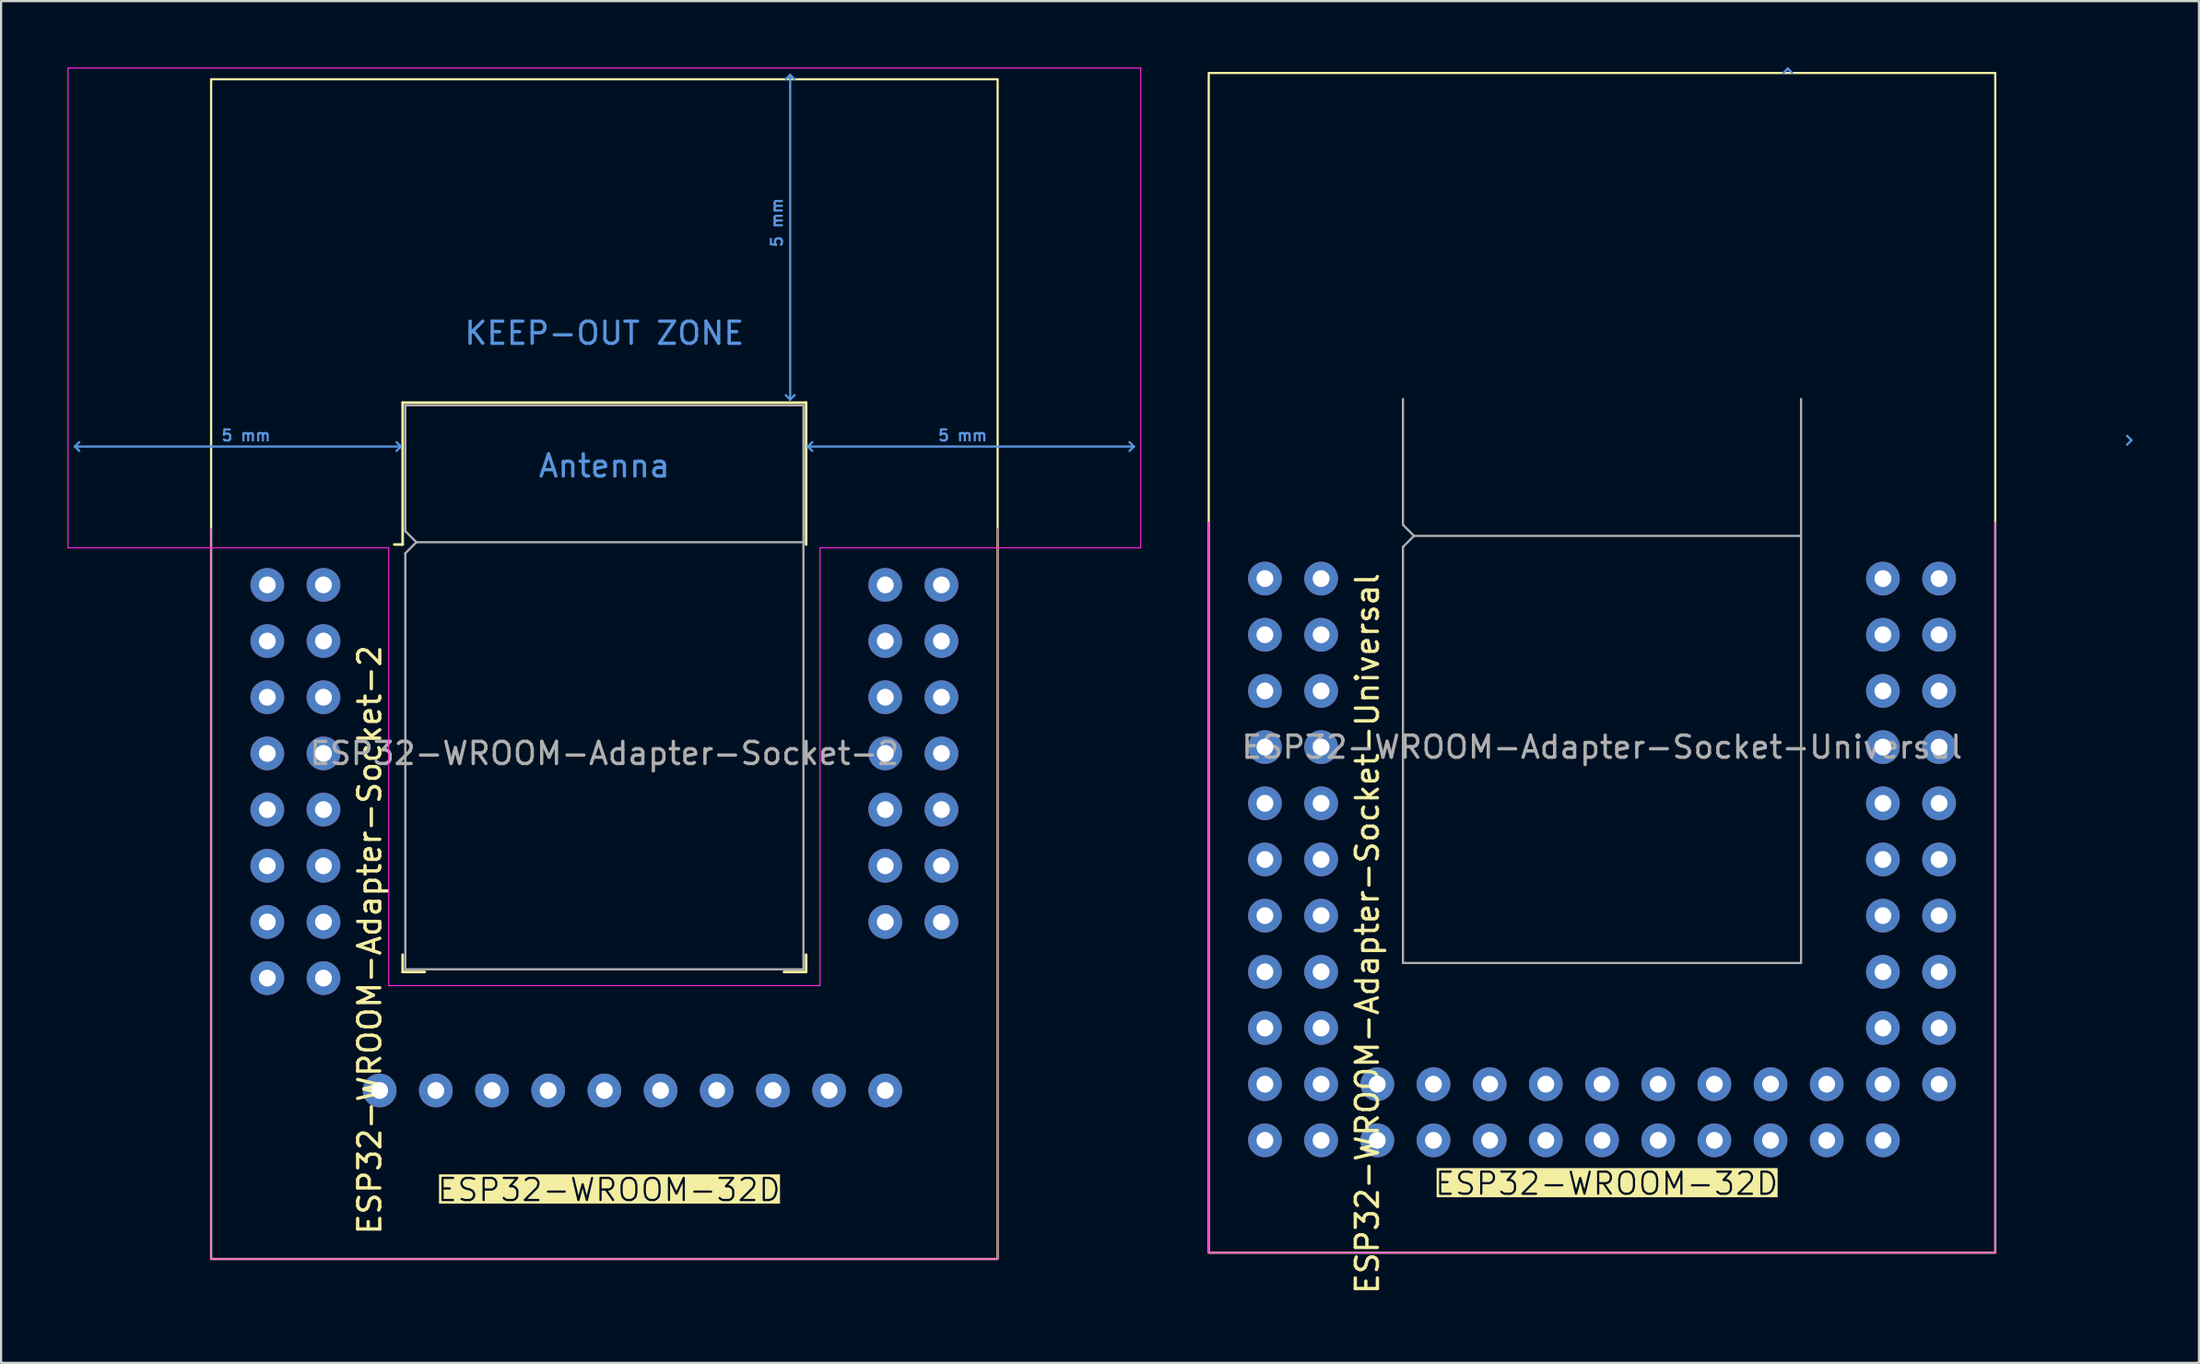
<source format=kicad_pcb>
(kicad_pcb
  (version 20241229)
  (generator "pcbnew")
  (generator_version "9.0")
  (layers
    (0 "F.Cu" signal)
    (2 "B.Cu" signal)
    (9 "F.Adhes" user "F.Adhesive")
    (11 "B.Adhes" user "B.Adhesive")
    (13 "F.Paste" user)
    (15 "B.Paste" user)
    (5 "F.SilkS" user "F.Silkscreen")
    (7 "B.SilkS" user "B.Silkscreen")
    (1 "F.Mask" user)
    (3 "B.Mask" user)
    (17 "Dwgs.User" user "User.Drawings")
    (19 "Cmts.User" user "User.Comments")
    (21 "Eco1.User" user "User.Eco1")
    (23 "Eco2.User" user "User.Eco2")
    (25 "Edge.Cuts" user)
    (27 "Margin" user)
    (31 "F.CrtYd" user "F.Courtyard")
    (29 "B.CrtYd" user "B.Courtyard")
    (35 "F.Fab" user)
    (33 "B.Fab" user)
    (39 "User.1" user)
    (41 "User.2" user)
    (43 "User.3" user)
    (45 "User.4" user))
  (footprint "ESP32-WROOM-Adapter-Socket-Universal"
    (layer "F.Cu")
    (at 69.38 30.73)
    (property "Reference" "ESP32-WROOM-Adapter-Socket-Universal" (at -10.61 8.43 90) (layer "F.SilkS") (effects (font (size 1 1) (thickness 0.15))))
    (attr through_hole)
    (fp_rect (start -17.78 22.86) (end 17.78 -30.48) (stroke (width 0.1) (type default)) (fill no) (layer "F.SilkS"))
    (fp_line (start 8.4 -30.68) (end 8.2 -30.48) (stroke (width 0.1) (type solid)) (layer "Cmts.User"))
    (fp_line (start 8.4 -30.68) (end 8.6 -30.48) (stroke (width 0.1) (type solid)) (layer "Cmts.User"))
    (fp_line (start 23.94 -13.875) (end 23.74 -14.075) (stroke (width 0.1) (type solid)) (layer "Cmts.User"))
    (fp_line (start 23.94 -13.875) (end 23.74 -13.675) (stroke (width 0.1) (type solid)) (layer "Cmts.User"))
    (fp_line (start -17.78 -10.16) (end -17.78 22.86) (stroke (width 0.05) (type solid)) (layer "F.CrtYd"))
    (fp_line (start -17.78 22.86) (end 17.78 22.86) (stroke (width 0.05) (type solid)) (layer "F.CrtYd"))
    (fp_line (start 17.78 22.86) (end 17.78 -10.16) (stroke (width 0.05) (type solid)) (layer "F.CrtYd"))
    (fp_line (start -9 -15.74) (end -9 -10.05) (stroke (width 0.1) (type solid)) (layer "F.Fab"))
    (fp_line (start -9 -9.05) (end -9 9.76) (stroke (width 0.1) (type solid)) (layer "F.Fab"))
    (fp_line (start -9 -9.05) (end -8.5 -9.55) (stroke (width 0.1) (type solid)) (layer "F.Fab"))
    (fp_line (start -9 9.76) (end 9 9.76) (stroke (width 0.1) (type solid)) (layer "F.Fab"))
    (fp_line (start -8.5 -9.55) (end -9 -10.05) (stroke (width 0.1) (type solid)) (layer "F.Fab"))
    (fp_line (start -8.5 -9.55) (end 9 -9.55) (stroke (width 0.1) (type solid)) (layer "F.Fab"))
    (fp_line (start 9 9.76) (end 9 -15.74) (stroke (width 0.1) (type solid)) (layer "F.Fab"))
    (fp_text user "ESP32-WROOM-32D" (at -7.62 20.32 0) (unlocked yes) (layer "F.SilkS" knockout) (effects (font (size 1 1) (thickness 0.1)) (justify left bottom)))
    (fp_text user "${REFERENCE}" (at 0 0 0) (layer "F.Fab") (effects (font (size 1 1) (thickness 0.15))))
    (pad "" thru_hole circle (at -15.24 10.16) (size 1.524 1.524) (drill 0.762) (layers "*.Cu" "*.Mask"))
    (pad "" thru_hole circle (at -15.24 12.7 90) (size 1.524 1.524) (drill 0.762) (layers "*.Cu" "*.Mask"))
    (pad "" thru_hole circle (at -15.24 15.24 90) (size 1.524 1.524) (drill 0.762) (layers "*.Cu" "*.Mask"))
    (pad "" thru_hole circle (at -15.24 17.78 90) (size 1.524 1.524) (drill 0.762) (layers "*.Cu" "*.Mask"))
    (pad "" thru_hole circle (at -12.7 10.16) (size 1.524 1.524) (drill 0.762) (layers "*.Cu" "*.Mask"))
    (pad "" thru_hole circle (at -12.7 12.7 90) (size 1.524 1.524) (drill 0.762) (layers "*.Cu" "*.Mask"))
    (pad "" thru_hole circle (at -12.7 15.24 90) (size 1.524 1.524) (drill 0.762) (layers "*.Cu" "*.Mask"))
    (pad "" thru_hole circle (at -12.7 17.78 90) (size 1.524 1.524) (drill 0.762) (layers "*.Cu" "*.Mask"))
    (pad "" thru_hole circle (at -10.16 15.24 90) (size 1.524 1.524) (drill 0.762) (layers "*.Cu" "*.Mask"))
    (pad "" thru_hole circle (at -7.62 15.24 90) (size 1.524 1.524) (drill 0.762) (layers "*.Cu" "*.Mask"))
    (pad "" thru_hole circle (at -5.08 15.24 90) (size 1.524 1.524) (drill 0.762) (layers "*.Cu" "*.Mask"))
    (pad "" thru_hole circle (at -2.54 15.24 90) (size 1.524 1.524) (drill 0.762) (layers "*.Cu" "*.Mask"))
    (pad "" thru_hole circle (at 0 15.24 90) (size 1.524 1.524) (drill 0.762) (layers "*.Cu" "*.Mask"))
    (pad "" thru_hole circle (at 2.54 15.24 90) (size 1.524 1.524) (drill 0.762) (layers "*.Cu" "*.Mask"))
    (pad "" thru_hole circle (at 5.08 15.24 90) (size 1.524 1.524) (drill 0.762) (layers "*.Cu" "*.Mask"))
    (pad "" thru_hole circle (at 7.62 15.24 90) (size 1.524 1.524) (drill 0.762) (layers "*.Cu" "*.Mask"))
    (pad "" thru_hole circle (at 10.16 15.24 90) (size 1.524 1.524) (drill 0.762) (layers "*.Cu" "*.Mask"))
    (pad "" thru_hole circle (at 12.7 10.16) (size 1.524 1.524) (drill 0.762) (layers "*.Cu" "*.Mask"))
    (pad "" thru_hole circle (at 12.7 12.7 90) (size 1.524 1.524) (drill 0.762) (layers "*.Cu" "*.Mask"))
    (pad "" thru_hole circle (at 12.7 15.24 90) (size 1.524 1.524) (drill 0.762) (layers "*.Cu" "*.Mask"))
    (pad "" thru_hole circle (at 12.7 17.78 90) (size 1.524 1.524) (drill 0.762) (layers "*.Cu" "*.Mask"))
    (pad "" thru_hole circle (at 15.24 10.16) (size 1.524 1.524) (drill 0.762) (layers "*.Cu" "*.Mask"))
    (pad "" thru_hole circle (at 15.24 12.7 90) (size 1.524 1.524) (drill 0.762) (layers "*.Cu" "*.Mask"))
    (pad "" thru_hole circle (at 15.24 15.24 90) (size 1.524 1.524) (drill 0.762) (layers "*.Cu" "*.Mask"))
    (pad "1" thru_hole circle (at -15.24 -7.62) (size 1.524 1.524) (drill 0.762) (layers "*.Cu" "*.Mask"))
    (pad "2" thru_hole circle (at -12.7 -7.62) (size 1.524 1.524) (drill 0.762) (layers "*.Cu" "*.Mask"))
    (pad "3" thru_hole circle (at -15.24 -5.08) (size 1.524 1.524) (drill 0.762) (layers "*.Cu" "*.Mask"))
    (pad "4" thru_hole circle (at -12.7 -5.08) (size 1.524 1.524) (drill 0.762) (layers "*.Cu" "*.Mask"))
    (pad "5" thru_hole circle (at -15.24 -2.54) (size 1.524 1.524) (drill 0.762) (layers "*.Cu" "*.Mask"))
    (pad "6" thru_hole circle (at -12.7 -2.54) (size 1.524 1.524) (drill 0.762) (layers "*.Cu" "*.Mask"))
    (pad "7" thru_hole circle (at -15.24 0) (size 1.524 1.524) (drill 0.762) (layers "*.Cu" "*.Mask"))
    (pad "8" thru_hole circle (at -12.7 0) (size 1.524 1.524) (drill 0.762) (layers "*.Cu" "*.Mask"))
    (pad "9" thru_hole circle (at -15.24 2.54) (size 1.524 1.524) (drill 0.762) (layers "*.Cu" "*.Mask"))
    (pad "10" thru_hole circle (at -12.7 2.54) (size 1.524 1.524) (drill 0.762) (layers "*.Cu" "*.Mask"))
    (pad "11" thru_hole circle (at -15.24 5.08) (size 1.524 1.524) (drill 0.762) (layers "*.Cu" "*.Mask"))
    (pad "12" thru_hole circle (at -12.7 5.08) (size 1.524 1.524) (drill 0.762) (layers "*.Cu" "*.Mask"))
    (pad "13" thru_hole circle (at -15.24 7.62) (size 1.524 1.524) (drill 0.762) (layers "*.Cu" "*.Mask"))
    (pad "14" thru_hole circle (at -12.7 7.62) (size 1.524 1.524) (drill 0.762) (layers "*.Cu" "*.Mask"))
    (pad "25" thru_hole circle (at 15.24 7.62) (size 1.524 1.524) (drill 0.762) (layers "*.Cu" "*.Mask"))
    (pad "26" thru_hole circle (at 12.7 7.62) (size 1.524 1.524) (drill 0.762) (layers "*.Cu" "*.Mask"))
    (pad "27" thru_hole circle (at 15.24 5.08) (size 1.524 1.524) (drill 0.762) (layers "*.Cu" "*.Mask"))
    (pad "28" thru_hole circle (at 12.7 5.08) (size 1.524 1.524) (drill 0.762) (layers "*.Cu" "*.Mask"))
    (pad "29" thru_hole circle (at 15.24 2.54) (size 1.524 1.524) (drill 0.762) (layers "*.Cu" "*.Mask"))
    (pad "30" thru_hole circle (at 12.7 2.54) (size 1.524 1.524) (drill 0.762) (layers "*.Cu" "*.Mask"))
    (pad "31" thru_hole circle (at 15.24 0) (size 1.524 1.524) (drill 0.762) (layers "*.Cu" "*.Mask"))
    (pad "32" thru_hole circle (at 12.7 0) (size 1.524 1.524) (drill 0.762) (layers "*.Cu" "*.Mask"))
    (pad "33" thru_hole circle (at 15.24 -2.54) (size 1.524 1.524) (drill 0.762) (layers "*.Cu" "*.Mask"))
    (pad "34" thru_hole circle (at 12.7 -2.54) (size 1.524 1.524) (drill 0.762) (layers "*.Cu" "*.Mask"))
    (pad "35" thru_hole circle (at 15.24 -5.08) (size 1.524 1.524) (drill 0.762) (layers "*.Cu" "*.Mask"))
    (pad "36" thru_hole circle (at 12.7 -5.08) (size 1.524 1.524) (drill 0.762) (layers "*.Cu" "*.Mask"))
    (pad "37" thru_hole circle (at 15.24 -7.62) (size 1.524 1.524) (drill 0.762) (layers "*.Cu" "*.Mask"))
    (pad "38" thru_hole circle (at 12.7 -7.62) (size 1.524 1.524) (drill 0.762) (layers "*.Cu" "*.Mask"))
    (pad "41" thru_hole circle (at -10.16 17.78 90) (size 1.524 1.524) (drill 0.762) (layers "*.Cu" "*.Mask"))
    (pad "41" thru_hole circle (at -7.62 17.78 90) (size 1.524 1.524) (drill 0.762) (layers "*.Cu" "*.Mask"))
    (pad "41" thru_hole circle (at -5.08 17.78 90) (size 1.524 1.524) (drill 0.762) (layers "*.Cu" "*.Mask"))
    (pad "41" thru_hole circle (at -2.54 17.78 90) (size 1.524 1.524) (drill 0.762) (layers "*.Cu" "*.Mask"))
    (pad "41" thru_hole circle (at 0 17.78 90) (size 1.524 1.524) (drill 0.762) (layers "*.Cu" "*.Mask"))
    (pad "41" thru_hole circle (at 2.54 17.78 90) (size 1.524 1.524) (drill 0.762) (layers "*.Cu" "*.Mask"))
    (pad "41" thru_hole circle (at 5.08 17.78 90) (size 1.524 1.524) (drill 0.762) (layers "*.Cu" "*.Mask"))
    (pad "41" thru_hole circle (at 7.62 17.78 90) (size 1.524 1.524) (drill 0.762) (layers "*.Cu" "*.Mask"))
    (pad "41" thru_hole circle (at 10.16 17.78 90) (size 1.524 1.524) (drill 0.762) (layers "*.Cu" "*.Mask")))
  (footprint "ESP32-WROOM-Adapter-Socket-2"
    (layer "F.Cu")
    (at 24.275 31.015)
    (property "Reference" "ESP32-WROOM-Adapter-Socket-2" (at -10.61 8.43 90) (layer "F.SilkS") (effects (font (size 1 1) (thickness 0.15))))
    (attr through_hole)
    (fp_line (start -9.12 -15.86) (end -9.12 -9.445) (stroke (width 0.12) (type solid)) (layer "F.SilkS"))
    (fp_line (start -9.12 -15.86) (end 9.12 -15.86) (stroke (width 0.12) (type solid)) (layer "F.SilkS"))
    (fp_line (start -9.12 -9.445) (end -9.5 -9.445) (stroke (width 0.12) (type solid)) (layer "F.SilkS"))
    (fp_line (start -9.12 9.1) (end -9.12 9.88) (stroke (width 0.12) (type solid)) (layer "F.SilkS"))
    (fp_line (start -9.12 9.88) (end -8.12 9.88) (stroke (width 0.12) (type solid)) (layer "F.SilkS"))
    (fp_line (start 9.12 -15.86) (end 9.12 -9.445) (stroke (width 0.12) (type solid)) (layer "F.SilkS"))
    (fp_line (start 9.12 9.1) (end 9.12 9.88) (stroke (width 0.12) (type solid)) (layer "F.SilkS"))
    (fp_line (start 9.12 9.88) (end 8.12 9.88) (stroke (width 0.12) (type solid)) (layer "F.SilkS"))
    (fp_rect (start -17.78 22.86) (end 17.78 -30.48) (stroke (width 0.1) (type default)) (fill no) (layer "F.SilkS"))
    (fp_line (start -23.94 -13.875) (end -23.74 -14.075) (stroke (width 0.1) (type solid)) (layer "Cmts.User"))
    (fp_line (start -23.94 -13.875) (end -23.74 -13.675) (stroke (width 0.1) (type solid)) (layer "Cmts.User"))
    (fp_line (start -23.94 -13.875) (end -9.2 -13.875) (stroke (width 0.1) (type solid)) (layer "Cmts.User"))
    (fp_line (start -9.2 -13.875) (end -9.4 -14.075) (stroke (width 0.1) (type solid)) (layer "Cmts.User"))
    (fp_line (start -9.2 -13.875) (end -9.4 -13.675) (stroke (width 0.1) (type solid)) (layer "Cmts.User"))
    (fp_line (start 8.4 -30.68) (end 8.2 -30.48) (stroke (width 0.1) (type solid)) (layer "Cmts.User"))
    (fp_line (start 8.4 -30.68) (end 8.6 -30.48) (stroke (width 0.1) (type solid)) (layer "Cmts.User"))
    (fp_line (start 8.4 -16) (end 8.2 -16.2) (stroke (width 0.1) (type solid)) (layer "Cmts.User"))
    (fp_line (start 8.4 -16) (end 8.4 -30.68) (stroke (width 0.1) (type solid)) (layer "Cmts.User"))
    (fp_line (start 8.4 -16) (end 8.6 -16.2) (stroke (width 0.1) (type solid)) (layer "Cmts.User"))
    (fp_line (start 9.2 -13.875) (end 9.4 -14.075) (stroke (width 0.1) (type solid)) (layer "Cmts.User"))
    (fp_line (start 9.2 -13.875) (end 9.4 -13.675) (stroke (width 0.1) (type solid)) (layer "Cmts.User"))
    (fp_line (start 9.2 -13.875) (end 23.94 -13.875) (stroke (width 0.1) (type solid)) (layer "Cmts.User"))
    (fp_line (start 23.94 -13.875) (end 23.74 -14.075) (stroke (width 0.1) (type solid)) (layer "Cmts.User"))
    (fp_line (start 23.94 -13.875) (end 23.74 -13.675) (stroke (width 0.1) (type solid)) (layer "Cmts.User"))
    (fp_line (start -24.25 -30.99) (end -24.25 -9.3) (stroke (width 0.05) (type solid)) (layer "F.CrtYd"))
    (fp_line (start -24.25 -30.99) (end 24.25 -30.99) (stroke (width 0.05) (type solid)) (layer "F.CrtYd"))
    (fp_line (start -24.25 -9.3) (end -9.75 -9.3) (stroke (width 0.05) (type solid)) (layer "F.CrtYd"))
    (fp_line (start -17.78 -10.16) (end -17.78 22.86) (stroke (width 0.05) (type solid)) (layer "F.CrtYd"))
    (fp_line (start -17.78 22.86) (end 17.78 22.86) (stroke (width 0.05) (type solid)) (layer "F.CrtYd"))
    (fp_line (start -9.75 10.5) (end -9.75 -9.3) (stroke (width 0.05) (type solid)) (layer "F.CrtYd"))
    (fp_line (start -9.75 10.5) (end 9.75 10.5) (stroke (width 0.05) (type solid)) (layer "F.CrtYd"))
    (fp_line (start 9.75 -9.3) (end 9.75 10.5) (stroke (width 0.05) (type solid)) (layer "F.CrtYd"))
    (fp_line (start 9.75 -9.3) (end 24.25 -9.3) (stroke (width 0.05) (type solid)) (layer "F.CrtYd"))
    (fp_line (start 17.78 22.86) (end 17.78 -10.16) (stroke (width 0.05) (type solid)) (layer "F.CrtYd"))
    (fp_line (start 24.25 -30.99) (end 24.25 -9.3) (stroke (width 0.05) (type solid)) (layer "F.CrtYd"))
    (fp_line (start -9 -15.74) (end -9 -10.05) (stroke (width 0.1) (type solid)) (layer "F.Fab"))
    (fp_line (start -9 -15.74) (end 9 -15.74) (stroke (width 0.1) (type solid)) (layer "F.Fab"))
    (fp_line (start -9 -9.05) (end -9 9.76) (stroke (width 0.1) (type solid)) (layer "F.Fab"))
    (fp_line (start -9 -9.05) (end -8.5 -9.55) (stroke (width 0.1) (type solid)) (layer "F.Fab"))
    (fp_line (start -9 9.76) (end 9 9.76) (stroke (width 0.1) (type solid)) (layer "F.Fab"))
    (fp_line (start -8.5 -9.55) (end -9 -10.05) (stroke (width 0.1) (type solid)) (layer "F.Fab"))
    (fp_line (start -8.5 -9.55) (end 9 -9.55) (stroke (width 0.1) (type solid)) (layer "F.Fab"))
    (fp_line (start 9 9.76) (end 9 -15.74) (stroke (width 0.1) (type solid)) (layer "F.Fab"))
    (fp_text user "ESP32-WROOM-32D" (at -7.62 20.32 0) (unlocked yes) (layer "F.SilkS" knockout) (effects (font (size 1 1) (thickness 0.1)) (justify left bottom)))
    (fp_text user "Antenna" (at 0 -13 0) (layer "Cmts.User") (effects (font (size 1 1) (thickness 0.15))))
    (fp_text user "5 mm" (at -16.2 -14.375 0) (layer "Cmts.User") (effects (font (size 0.5 0.5) (thickness 0.1))))
    (fp_text user "5 mm" (at 16.2 -14.375 0) (layer "Cmts.User") (effects (font (size 0.5 0.5) (thickness 0.1))))
    (fp_text user "5 mm" (at 7.8 -24 90) (layer "Cmts.User") (effects (font (size 0.5 0.5) (thickness 0.1))))
    (fp_text user "KEEP-OUT ZONE" (at 0 -19 0) (layer "Cmts.User") (effects (font (size 1 1) (thickness 0.15))))
    (fp_text user "${REFERENCE}" (at 0 0 0) (layer "F.Fab") (effects (font (size 1 1) (thickness 0.15))))
    (pad "" thru_hole circle (at -15.24 10.16) (size 1.524 1.524) (drill 0.762) (layers "*.Cu" "*.Mask"))
    (pad "" thru_hole circle (at -12.7 10.16) (size 1.524 1.524) (drill 0.762) (layers "*.Cu" "*.Mask"))
    (pad "1" thru_hole circle (at -15.24 -7.62) (size 1.524 1.524) (drill 0.762) (layers "*.Cu" "*.Mask"))
    (pad "2" thru_hole circle (at -12.7 -7.62) (size 1.524 1.524) (drill 0.762) (layers "*.Cu" "*.Mask"))
    (pad "3" thru_hole circle (at -15.24 -5.08) (size 1.524 1.524) (drill 0.762) (layers "*.Cu" "*.Mask"))
    (pad "4" thru_hole circle (at -12.7 -5.08) (size 1.524 1.524) (drill 0.762) (layers "*.Cu" "*.Mask"))
    (pad "5" thru_hole circle (at -15.24 -2.54) (size 1.524 1.524) (drill 0.762) (layers "*.Cu" "*.Mask"))
    (pad "6" thru_hole circle (at -12.7 -2.54) (size 1.524 1.524) (drill 0.762) (layers "*.Cu" "*.Mask"))
    (pad "7" thru_hole circle (at -15.24 0) (size 1.524 1.524) (drill 0.762) (layers "*.Cu" "*.Mask"))
    (pad "8" thru_hole circle (at -12.7 0) (size 1.524 1.524) (drill 0.762) (layers "*.Cu" "*.Mask"))
    (pad "9" thru_hole circle (at -15.24 2.54) (size 1.524 1.524) (drill 0.762) (layers "*.Cu" "*.Mask"))
    (pad "10" thru_hole circle (at -12.7 2.54) (size 1.524 1.524) (drill 0.762) (layers "*.Cu" "*.Mask"))
    (pad "11" thru_hole circle (at -15.24 5.08) (size 1.524 1.524) (drill 0.762) (layers "*.Cu" "*.Mask"))
    (pad "12" thru_hole circle (at -12.7 5.08) (size 1.524 1.524) (drill 0.762) (layers "*.Cu" "*.Mask"))
    (pad "13" thru_hole circle (at -15.24 7.62) (size 1.524 1.524) (drill 0.762) (layers "*.Cu" "*.Mask"))
    (pad "14" thru_hole circle (at -12.7 7.62) (size 1.524 1.524) (drill 0.762) (layers "*.Cu" "*.Mask"))
    (pad "15" thru_hole circle (at -10.16 15.24 90) (size 1.524 1.524) (drill 0.762) (layers "*.Cu" "*.Mask"))
    (pad "16" thru_hole circle (at -7.62 15.24 90) (size 1.524 1.524) (drill 0.762) (layers "*.Cu" "*.Mask"))
    (pad "17" thru_hole circle (at -5.08 15.24 90) (size 1.524 1.524) (drill 0.762) (layers "*.Cu" "*.Mask"))
    (pad "18" thru_hole circle (at -2.54 15.24 90) (size 1.524 1.524) (drill 0.762) (layers "*.Cu" "*.Mask"))
    (pad "19" thru_hole circle (at 0 15.24 90) (size 1.524 1.524) (drill 0.762) (layers "*.Cu" "*.Mask"))
    (pad "20" thru_hole circle (at 2.54 15.24 90) (size 1.524 1.524) (drill 0.762) (layers "*.Cu" "*.Mask"))
    (pad "21" thru_hole circle (at 5.08 15.24 90) (size 1.524 1.524) (drill 0.762) (layers "*.Cu" "*.Mask"))
    (pad "22" thru_hole circle (at 7.62 15.24 90) (size 1.524 1.524) (drill 0.762) (layers "*.Cu" "*.Mask"))
    (pad "23" thru_hole circle (at 10.16 15.24 90) (size 1.524 1.524) (drill 0.762) (layers "*.Cu" "*.Mask"))
    (pad "24" thru_hole circle (at 12.7 15.24 90) (size 1.524 1.524) (drill 0.762) (layers "*.Cu" "*.Mask"))
    (pad "25" thru_hole circle (at 15.24 7.62) (size 1.524 1.524) (drill 0.762) (layers "*.Cu" "*.Mask"))
    (pad "26" thru_hole circle (at 12.7 7.62) (size 1.524 1.524) (drill 0.762) (layers "*.Cu" "*.Mask"))
    (pad "27" thru_hole circle (at 15.24 5.08) (size 1.524 1.524) (drill 0.762) (layers "*.Cu" "*.Mask"))
    (pad "28" thru_hole circle (at 12.7 5.08) (size 1.524 1.524) (drill 0.762) (layers "*.Cu" "*.Mask"))
    (pad "29" thru_hole circle (at 15.24 2.54) (size 1.524 1.524) (drill 0.762) (layers "*.Cu" "*.Mask"))
    (pad "30" thru_hole circle (at 12.7 2.54) (size 1.524 1.524) (drill 0.762) (layers "*.Cu" "*.Mask"))
    (pad "31" thru_hole circle (at 15.24 0) (size 1.524 1.524) (drill 0.762) (layers "*.Cu" "*.Mask"))
    (pad "32" thru_hole circle (at 12.7 0) (size 1.524 1.524) (drill 0.762) (layers "*.Cu" "*.Mask"))
    (pad "33" thru_hole circle (at 15.24 -2.54) (size 1.524 1.524) (drill 0.762) (layers "*.Cu" "*.Mask"))
    (pad "34" thru_hole circle (at 12.7 -2.54) (size 1.524 1.524) (drill 0.762) (layers "*.Cu" "*.Mask"))
    (pad "35" thru_hole circle (at 15.24 -5.08) (size 1.524 1.524) (drill 0.762) (layers "*.Cu" "*.Mask"))
    (pad "36" thru_hole circle (at 12.7 -5.08) (size 1.524 1.524) (drill 0.762) (layers "*.Cu" "*.Mask"))
    (pad "37" thru_hole circle (at 15.24 -7.62) (size 1.524 1.524) (drill 0.762) (layers "*.Cu" "*.Mask"))
    (pad "38" thru_hole circle (at 12.7 -7.62) (size 1.524 1.524) (drill 0.762) (layers "*.Cu" "*.Mask")))
  (gr_rect
    (start -3 -3)
    (end 96.37 58.571)
    (stroke (width 0.1) (type default))
    (fill no)
    (layer "Edge.Cuts")))
</source>
